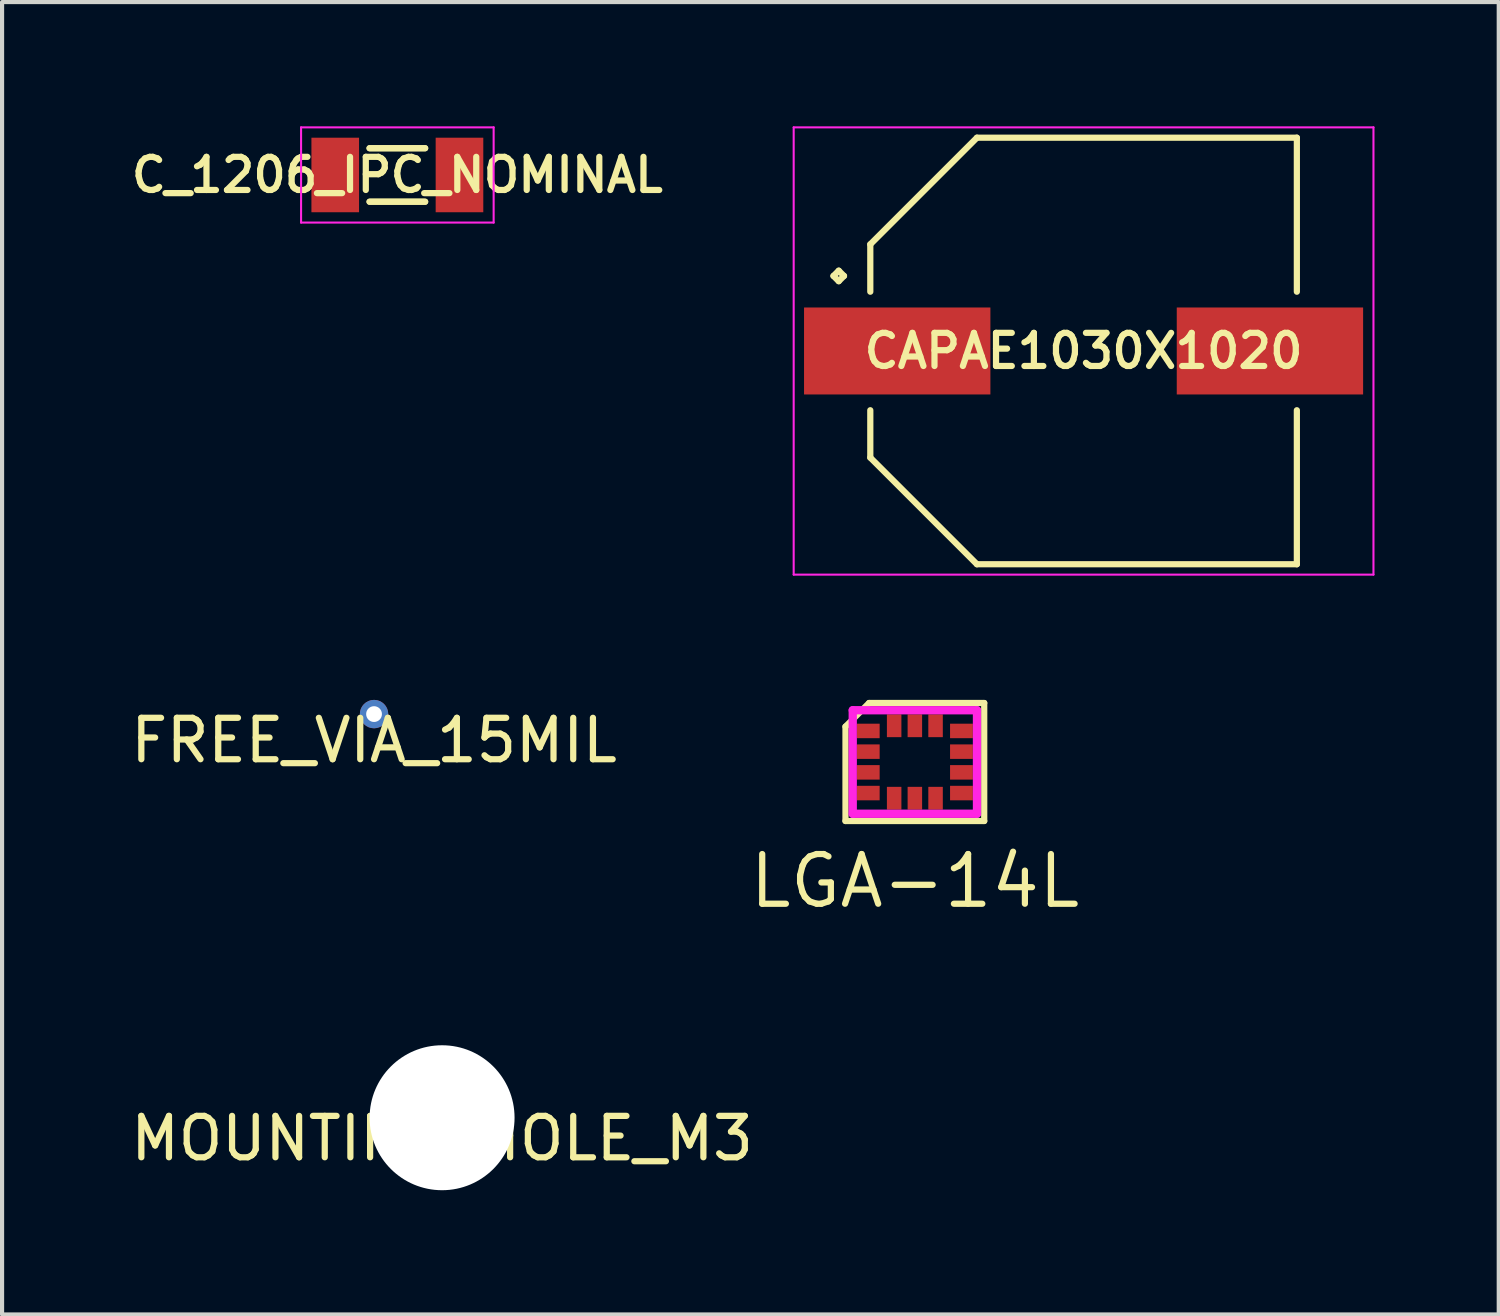
<source format=kicad_pcb>
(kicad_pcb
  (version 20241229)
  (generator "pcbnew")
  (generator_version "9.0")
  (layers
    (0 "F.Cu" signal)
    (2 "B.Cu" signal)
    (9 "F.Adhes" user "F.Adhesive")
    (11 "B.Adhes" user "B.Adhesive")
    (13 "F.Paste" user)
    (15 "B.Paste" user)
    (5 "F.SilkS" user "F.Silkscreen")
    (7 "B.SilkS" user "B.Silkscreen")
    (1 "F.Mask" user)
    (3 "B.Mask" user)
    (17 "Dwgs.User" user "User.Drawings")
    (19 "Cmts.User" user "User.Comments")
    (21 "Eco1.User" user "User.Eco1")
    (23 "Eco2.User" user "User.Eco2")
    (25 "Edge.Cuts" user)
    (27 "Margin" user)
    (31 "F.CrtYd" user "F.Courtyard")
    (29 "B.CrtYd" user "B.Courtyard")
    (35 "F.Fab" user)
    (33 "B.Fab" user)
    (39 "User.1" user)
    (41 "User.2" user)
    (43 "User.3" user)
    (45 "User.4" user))
  (footprint "C_1206_IPC_NOMINAL"
    (layer "F.Cu")
    (at 6.545 1.175)
    (property "Reference" "C_1206_IPC_NOMINAL" (at 0 0 0) (layer "F.SilkS") (effects (font (size 0.8 0.8) (thickness 0.15))))
    (attr smd)
    (fp_line (start -0.671 -0.646) (end 0.671 -0.646) (stroke (width 0.15) (type solid)) (layer "F.SilkS"))
    (fp_line (start -0.671 0.646) (end 0.671 0.646) (stroke (width 0.15) (type solid)) (layer "F.SilkS"))
    (fp_line (start 0.671 -0.646) (end -0.671 -0.646) (stroke (width 0.15) (type solid)) (layer "F.SilkS"))
    (fp_line (start 0.671 0.646) (end -0.671 0.646) (stroke (width 0.15) (type solid)) (layer "F.SilkS"))
    (fp_line (start -2.325 -1.15) (end 2.325 -1.15) (stroke (width 0.05) (type solid)) (layer "F.CrtYd"))
    (fp_line (start -2.325 1.15) (end -2.325 -1.15) (stroke (width 0.05) (type solid)) (layer "F.CrtYd"))
    (fp_line (start 2.325 -1.15) (end 2.325 1.15) (stroke (width 0.05) (type solid)) (layer "F.CrtYd"))
    (fp_line (start 2.325 1.15) (end -2.325 1.15) (stroke (width 0.05) (type solid)) (layer "F.CrtYd"))
    (pad "1" smd rect (at -1.5 0) (size 1.15 1.8) (layers "F.Cu" "F.Mask" "F.Paste"))
    (pad "2" smd rect (at 1.5 0) (size 1.15 1.8) (layers "F.Cu" "F.Mask" "F.Paste")))
  (footprint "LGA-14L"
    (layer "F.Cu")
    (at 19.041 15.35)
    (property "Reference" "LGA-14L" (at 0 2.875 0) (layer "F.SilkS") (effects (font (size 1.2 1.2) (thickness 0.15))))
    (attr through_hole)
    (fp_line (start -1.675 -0.855) (end -1.675 1.425) (stroke (width 0.15) (type solid)) (layer "F.SilkS"))
    (fp_line (start -1.675 1.425) (end 1.675 1.425) (stroke (width 0.15) (type solid)) (layer "F.SilkS"))
    (fp_line (start -1.105 -1.425) (end -1.675 -0.855) (stroke (width 0.15) (type solid)) (layer "F.SilkS"))
    (fp_line (start 1.675 -1.425) (end -1.105 -1.425) (stroke (width 0.15) (type solid)) (layer "F.SilkS"))
    (fp_line (start 1.675 1.425) (end 1.675 -1.425) (stroke (width 0.15) (type solid)) (layer "F.SilkS"))
    (fp_line (start -1.5 -1.25) (end 1.5 -1.25) (stroke (width 0.2) (type solid)) (layer "F.CrtYd"))
    (fp_line (start -1.5 1.25) (end -1.5 -1.25) (stroke (width 0.2) (type solid)) (layer "F.CrtYd"))
    (fp_line (start 1.5 -1.25) (end 1.5 1.25) (stroke (width 0.2) (type solid)) (layer "F.CrtYd"))
    (fp_line (start 1.5 1.25) (end -1.5 1.25) (stroke (width 0.2) (type solid)) (layer "F.CrtYd"))
    (pad "1" smd rect (at -1.125 -0.75) (size 0.55 0.35) (layers "F.Cu" "F.Mask" "F.Paste"))
    (pad "2" smd rect (at -1.125 -0.25) (size 0.55 0.35) (layers "F.Cu" "F.Mask" "F.Paste"))
    (pad "3" smd rect (at -1.125 0.25) (size 0.55 0.35) (layers "F.Cu" "F.Mask" "F.Paste"))
    (pad "4" smd rect (at -1.125 0.75) (size 0.55 0.35) (layers "F.Cu" "F.Mask" "F.Paste"))
    (pad "5" smd rect (at -0.5 0.875) (size 0.35 0.55) (layers "F.Cu" "F.Mask" "F.Paste"))
    (pad "6" smd rect (at 0 0.875) (size 0.35 0.55) (layers "F.Cu" "F.Mask" "F.Paste"))
    (pad "7" smd rect (at 0.5 0.875) (size 0.35 0.55) (layers "F.Cu" "F.Mask" "F.Paste"))
    (pad "8" smd rect (at 1.125 0.75) (size 0.55 0.35) (layers "F.Cu" "F.Mask" "F.Paste"))
    (pad "9" smd rect (at 1.125 0.25) (size 0.55 0.35) (layers "F.Cu" "F.Mask" "F.Paste"))
    (pad "10" smd rect (at 1.125 -0.25) (size 0.55 0.35) (layers "F.Cu" "F.Mask" "F.Paste"))
    (pad "11" smd rect (at 1.125 -0.75) (size 0.55 0.35) (layers "F.Cu" "F.Mask" "F.Paste"))
    (pad "12" smd rect (at 0.5 -0.875) (size 0.35 0.55) (layers "F.Cu" "F.Mask" "F.Paste"))
    (pad "13" smd rect (at 0 -0.875) (size 0.35 0.55) (layers "F.Cu" "F.Mask" "F.Paste"))
    (pad "14" smd rect (at -0.5 -0.875) (size 0.35 0.55) (layers "F.Cu" "F.Mask" "F.Paste")))
  (footprint "FREE_VIA_15MIL"
    (layer "F.Cu")
    (at 5.982 14.193)
    (property "Reference" "FREE_VIA_15MIL" (at 0 0.635 0) (layer "F.SilkS") (effects (font (size 1 1) (thickness 0.15))))
    (attr through_hole)
    (pad "" thru_hole circle (at 0 0) (size 0.686 0.686) (drill 0.381) (layers "*.Cu")))
  (footprint "MOUNTING_HOLE_M3"
    (layer "F.Cu")
    (at 7.625 23.94)
    (property "Reference" "MOUNTING_HOLE_M3" (at 0 0.5 0) (layer "F.SilkS") (effects (font (size 1 1) (thickness 0.15))))
    (attr through_hole)
    (pad "" np_thru_hole circle (at 0 0) (size 3.5 3.5) (drill 3.5) (layers "*.Cu" "*.Mask")))
  (footprint "CAPAE1030X1020"
    (layer "F.Cu")
    (at 23.115 5.425)
    (property "Reference" "CAPAE1030X1020" (at 0 0 0) (layer "F.SilkS") (effects (font (size 0.8 0.8) (thickness 0.15))))
    (attr smd)
    (fp_line (start -6.039 -1.812) (end -5.912 -1.939) (stroke (width 0.15) (type solid)) (layer "F.SilkS"))
    (fp_line (start -5.912 -1.939) (end -5.785 -1.812) (stroke (width 0.15) (type solid)) (layer "F.SilkS"))
    (fp_line (start -5.912 -1.685) (end -6.039 -1.812) (stroke (width 0.15) (type solid)) (layer "F.SilkS"))
    (fp_line (start -5.785 -1.812) (end -5.912 -1.685) (stroke (width 0.15) (type solid)) (layer "F.SilkS"))
    (fp_line (start -5.15 -2.575) (end -5.15 -1.431) (stroke (width 0.15) (type solid)) (layer "F.SilkS"))
    (fp_line (start -5.15 2.575) (end -5.15 1.431) (stroke (width 0.15) (type solid)) (layer "F.SilkS"))
    (fp_line (start -2.575 -5.15) (end -5.15 -2.575) (stroke (width 0.15) (type solid)) (layer "F.SilkS"))
    (fp_line (start -2.575 5.15) (end -5.15 2.575) (stroke (width 0.15) (type solid)) (layer "F.SilkS"))
    (fp_line (start 5.15 -5.15) (end -2.575 -5.15) (stroke (width 0.15) (type solid)) (layer "F.SilkS"))
    (fp_line (start 5.15 -1.431) (end 5.15 -5.15) (stroke (width 0.15) (type solid)) (layer "F.SilkS"))
    (fp_line (start 5.15 1.431) (end 5.15 5.15) (stroke (width 0.15) (type solid)) (layer "F.SilkS"))
    (fp_line (start 5.15 5.15) (end -2.575 5.15) (stroke (width 0.15) (type solid)) (layer "F.SilkS"))
    (fp_line (start -7 -5.4) (end 7 -5.4) (stroke (width 0.05) (type solid)) (layer "F.CrtYd"))
    (fp_line (start -7 5.4) (end -7 -5.4) (stroke (width 0.05) (type solid)) (layer "F.CrtYd"))
    (fp_line (start 7 -5.4) (end 7 5.4) (stroke (width 0.05) (type solid)) (layer "F.CrtYd"))
    (fp_line (start 7 5.4) (end -7 5.4) (stroke (width 0.05) (type solid)) (layer "F.CrtYd"))
    (pad "1" smd rect (at -4.5 0) (size 4.5 2.1) (layers "F.Cu" "F.Mask" "F.Paste"))
    (pad "2" smd rect (at 4.5 0) (size 4.5 2.1) (layers "F.Cu" "F.Mask" "F.Paste")))
  (gr_rect
    (start -3 -3)
    (end 33.14 28.69)
    (stroke (width 0.1) (type default))
    (fill no)
    (layer "Edge.Cuts")))
</source>
